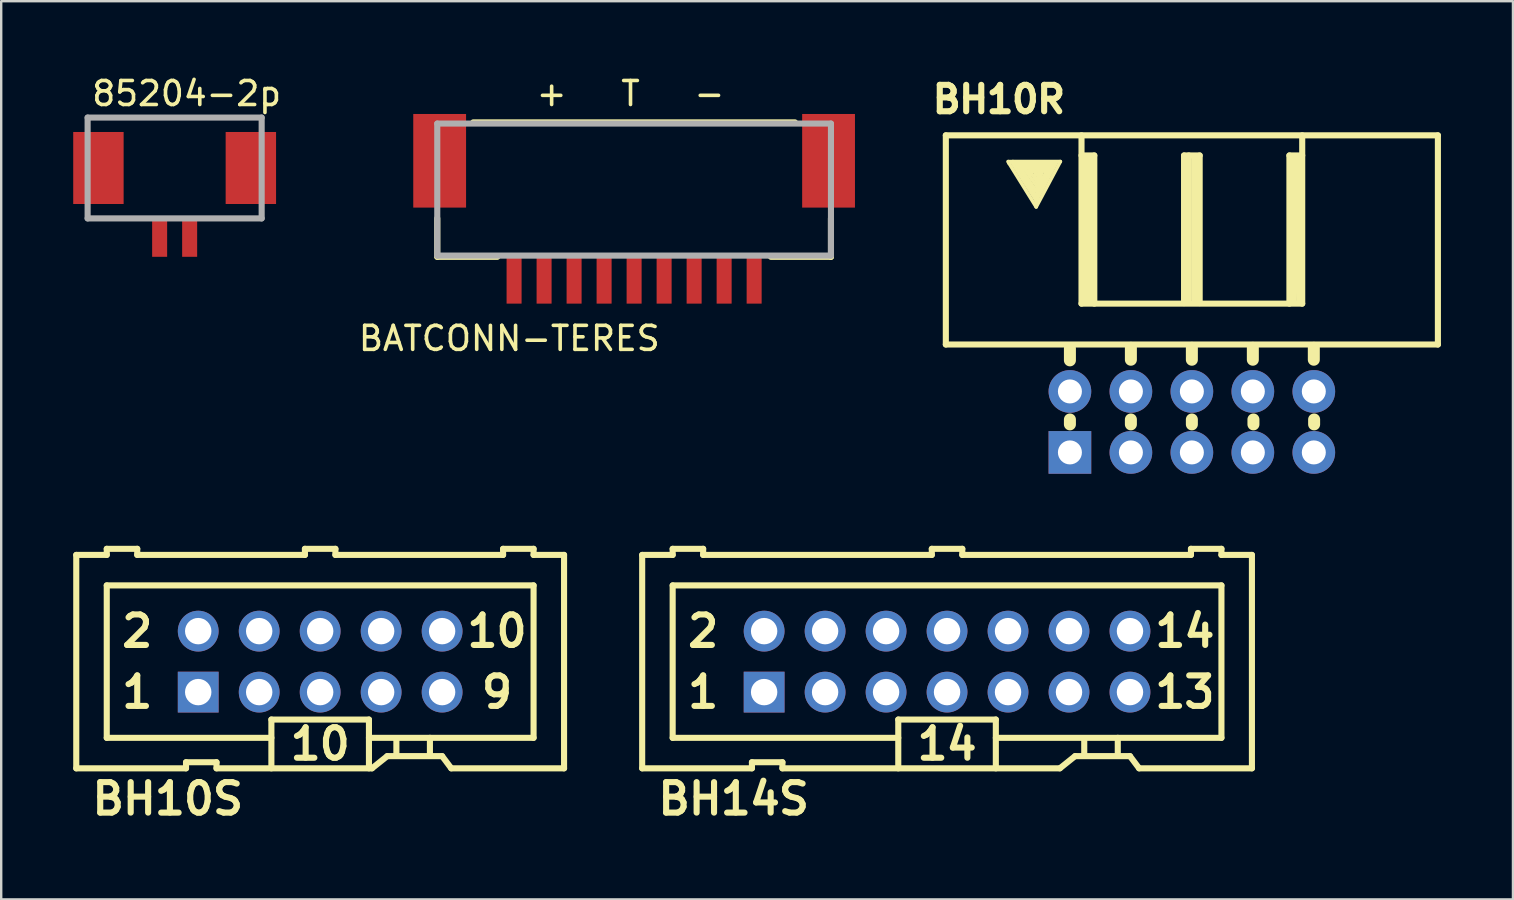
<source format=kicad_pcb>
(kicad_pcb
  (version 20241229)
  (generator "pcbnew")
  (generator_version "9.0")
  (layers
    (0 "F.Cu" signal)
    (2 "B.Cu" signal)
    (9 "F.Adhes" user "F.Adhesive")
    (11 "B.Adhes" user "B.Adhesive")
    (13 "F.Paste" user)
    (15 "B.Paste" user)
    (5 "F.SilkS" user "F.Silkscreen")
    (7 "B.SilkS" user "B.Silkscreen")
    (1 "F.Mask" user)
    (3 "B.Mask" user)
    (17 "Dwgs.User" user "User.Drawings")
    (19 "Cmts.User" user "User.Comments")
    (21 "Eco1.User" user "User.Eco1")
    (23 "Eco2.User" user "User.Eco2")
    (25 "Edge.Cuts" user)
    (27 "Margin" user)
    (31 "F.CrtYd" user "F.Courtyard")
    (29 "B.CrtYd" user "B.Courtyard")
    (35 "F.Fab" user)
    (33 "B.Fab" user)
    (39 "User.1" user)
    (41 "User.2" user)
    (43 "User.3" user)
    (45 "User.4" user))
  (footprint "85204-2p"
    (layer "F.Cu")
    (at 4.225 3.848)
    (property "Reference" "85204-2p" (at 0.5 -3 0) (layer "F.SilkS") (effects (font (size 1 1) (thickness 0.15))))
    (attr through_hole)
    (fp_line (start -3.625 -2) (end 3.625 -2) (stroke (width 0.254) (type solid)) (layer "F.Fab"))
    (fp_line (start -3.625 2.2) (end -3.625 -2) (stroke (width 0.254) (type solid)) (layer "F.Fab"))
    (fp_line (start 3.625 -2) (end 3.625 2.2) (stroke (width 0.254) (type solid)) (layer "F.Fab"))
    (fp_line (start 3.625 2.2) (end -3.625 2.2) (stroke (width 0.254) (type solid)) (layer "F.Fab"))
    (pad "0" smd rect (at -3.175 0.1 180) (size 2.1 3) (layers "F.Cu" "F.Mask" "F.Paste"))
    (pad "0" smd rect (at 3.175 0.1 180) (size 2.1 3) (layers "F.Cu" "F.Mask" "F.Paste"))
    (pad "1" smd rect (at -0.625 3 180) (size 0.625 1.6) (layers "F.Cu" "F.Mask" "F.Paste"))
    (pad "2" smd rect (at 0.625 3 180) (size 0.625 1.6) (layers "F.Cu" "F.Mask" "F.Paste")))
  (footprint "BATCONN-TERES"
    (layer "F.Cu")
    (at 23.365 4.848)
    (property "Reference" "BATCONN-TERES" (at -5.2 6.2 0) (layer "F.SilkS") (effects (font (size 1 1) (thickness 0.15))))
    (attr through_hole)
    (fp_line (start -8.2 1.2) (end -8.2 2.8) (stroke (width 0.254) (type solid)) (layer "F.SilkS"))
    (fp_line (start -8.2 2.8) (end -5.7 2.8) (stroke (width 0.254) (type solid)) (layer "F.SilkS"))
    (fp_line (start 6.7 -2.8) (end -6.7 -2.8) (stroke (width 0.254) (type solid)) (layer "F.SilkS"))
    (fp_line (start 8.2 1.2) (end 8.2 2.8) (stroke (width 0.254) (type solid)) (layer "F.SilkS"))
    (fp_line (start 8.2 2.8) (end 5.7 2.8) (stroke (width 0.254) (type solid)) (layer "F.SilkS"))
    (fp_line (start -8.2 -2.75) (end -8.2 2.75) (stroke (width 0.254) (type solid)) (layer "F.Fab"))
    (fp_line (start -8.2 2.75) (end 8.2 2.75) (stroke (width 0.254) (type solid)) (layer "F.Fab"))
    (fp_line (start 8.2 -2.75) (end -8.2 -2.75) (stroke (width 0.254) (type solid)) (layer "F.Fab"))
    (fp_line (start 8.2 2.75) (end 8.2 -2.75) (stroke (width 0.254) (type solid)) (layer "F.Fab"))
    (fp_text user "+   T   -" (at -0.15 -4 0) (layer "F.SilkS") (effects (font (size 1 1) (thickness 0.15))))
    (pad "0" smd rect (at -8.1 -1.2 180) (size 2.2 3.9) (layers "F.Cu" "F.Mask" "F.Paste"))
    (pad "0" smd rect (at 8.1 -1.2 180) (size 2.2 3.9) (layers "F.Cu" "F.Mask" "F.Paste"))
    (pad "1" smd rect (at -5 3.75 180) (size 0.625 2) (layers "F.Cu" "F.Mask" "F.Paste"))
    (pad "2" smd rect (at -3.75 3.75 180) (size 0.625 2) (layers "F.Cu" "F.Mask" "F.Paste"))
    (pad "3" smd rect (at -2.5 3.75 180) (size 0.625 2) (layers "F.Cu" "F.Mask" "F.Paste"))
    (pad "4" smd rect (at -1.25 3.75 180) (size 0.625 2) (layers "F.Cu" "F.Mask" "F.Paste"))
    (pad "5" smd rect (at 0 3.75 180) (size 0.625 2) (layers "F.Cu" "F.Mask" "F.Paste"))
    (pad "6" smd rect (at 1.25 3.75 180) (size 0.625 2) (layers "F.Cu" "F.Mask" "F.Paste"))
    (pad "7" smd rect (at 2.5 3.75 180) (size 0.625 2) (layers "F.Cu" "F.Mask" "F.Paste"))
    (pad "8" smd rect (at 3.75 3.75 180) (size 0.625 2) (layers "F.Cu" "F.Mask" "F.Paste"))
    (pad "9" smd rect (at 5 3.75 180) (size 0.625 2) (layers "F.Cu" "F.Mask" "F.Paste")))
  (footprint "BH14S"
    (layer "F.Cu")
    (at 36.401 24.511)
    (property "Reference" "BH14S" (at -8.89 5.715 0) (layer "F.SilkS") (effects (font (size 1.27 1.27) (thickness 0.254))))
    (attr smd)
    (fp_line (start -12.7 -4.445) (end -12.7 4.445) (stroke (width 0.254) (type solid)) (layer "F.SilkS"))
    (fp_line (start -12.7 -4.445) (end -11.43 -4.445) (stroke (width 0.254) (type solid)) (layer "F.SilkS"))
    (fp_line (start -12.7 4.445) (end -8.128 4.445) (stroke (width 0.254) (type solid)) (layer "F.SilkS"))
    (fp_line (start -11.43 -4.699) (end -11.43 -4.445) (stroke (width 0.254) (type solid)) (layer "F.SilkS"))
    (fp_line (start -11.43 -3.175) (end -11.43 3.175) (stroke (width 0.254) (type solid)) (layer "F.SilkS"))
    (fp_line (start -11.43 -3.175) (end 11.43 -3.175) (stroke (width 0.254) (type solid)) (layer "F.SilkS"))
    (fp_line (start -10.16 -4.699) (end -11.43 -4.699) (stroke (width 0.254) (type solid)) (layer "F.SilkS"))
    (fp_line (start -10.16 -4.699) (end -10.16 -4.445) (stroke (width 0.254) (type solid)) (layer "F.SilkS"))
    (fp_line (start -8.128 4.191) (end -8.128 4.445) (stroke (width 0.254) (type solid)) (layer "F.SilkS"))
    (fp_line (start -8.128 4.191) (end -6.858 4.191) (stroke (width 0.254) (type solid)) (layer "F.SilkS"))
    (fp_line (start -6.858 4.191) (end -6.858 4.445) (stroke (width 0.254) (type solid)) (layer "F.SilkS"))
    (fp_line (start -6.858 4.445) (end 4.699 4.445) (stroke (width 0.254) (type solid)) (layer "F.SilkS"))
    (fp_line (start -2.032 2.413) (end 2.032 2.413) (stroke (width 0.254) (type solid)) (layer "F.SilkS"))
    (fp_line (start -2.032 3.175) (end -11.43 3.175) (stroke (width 0.254) (type solid)) (layer "F.SilkS"))
    (fp_line (start -2.032 4.445) (end -2.032 2.413) (stroke (width 0.254) (type solid)) (layer "F.SilkS"))
    (fp_line (start -0.635 -4.699) (end -0.635 -4.445) (stroke (width 0.254) (type solid)) (layer "F.SilkS"))
    (fp_line (start -0.635 -4.445) (end -10.16 -4.445) (stroke (width 0.254) (type solid)) (layer "F.SilkS"))
    (fp_line (start 0.635 -4.699) (end -0.635 -4.699) (stroke (width 0.254) (type solid)) (layer "F.SilkS"))
    (fp_line (start 0.635 -4.699) (end 0.635 -4.445) (stroke (width 0.254) (type solid)) (layer "F.SilkS"))
    (fp_line (start 2.032 2.413) (end 2.032 4.445) (stroke (width 0.254) (type solid)) (layer "F.SilkS"))
    (fp_line (start 2.032 3.175) (end 11.43 3.175) (stroke (width 0.254) (type solid)) (layer "F.SilkS"))
    (fp_line (start 4.699 4.445) (end 5.334 3.937) (stroke (width 0.254) (type solid)) (layer "F.SilkS"))
    (fp_line (start 5.334 3.937) (end 7.62 3.937) (stroke (width 0.254) (type solid)) (layer "F.SilkS"))
    (fp_line (start 5.715 3.188) (end 5.715 3.835) (stroke (width 0.254) (type solid)) (layer "F.SilkS"))
    (fp_line (start 7.112 3.175) (end 7.112 3.835) (stroke (width 0.254) (type solid)) (layer "F.SilkS"))
    (fp_line (start 7.62 3.937) (end 8.001 4.445) (stroke (width 0.254) (type solid)) (layer "F.SilkS"))
    (fp_line (start 8.001 4.445) (end 12.7 4.445) (stroke (width 0.254) (type solid)) (layer "F.SilkS"))
    (fp_line (start 10.16 -4.699) (end 10.16 -4.445) (stroke (width 0.254) (type solid)) (layer "F.SilkS"))
    (fp_line (start 10.16 -4.445) (end 0.635 -4.445) (stroke (width 0.254) (type solid)) (layer "F.SilkS"))
    (fp_line (start 11.43 -4.699) (end 10.16 -4.699) (stroke (width 0.254) (type solid)) (layer "F.SilkS"))
    (fp_line (start 11.43 -4.699) (end 11.43 -4.445) (stroke (width 0.254) (type solid)) (layer "F.SilkS"))
    (fp_line (start 11.43 -3.175) (end 11.43 3.175) (stroke (width 0.254) (type solid)) (layer "F.SilkS"))
    (fp_line (start 12.7 -4.445) (end 11.43 -4.445) (stroke (width 0.254) (type solid)) (layer "F.SilkS"))
    (fp_line (start 12.7 -4.445) (end 12.7 4.445) (stroke (width 0.254) (type solid)) (layer "F.SilkS"))
    (fp_text user "13" (at 9.906 1.27 0) (layer "F.SilkS") (effects (font (size 1.27 1.27) (thickness 0.254))))
    (fp_text user "14" (at 0 3.429 0) (layer "F.SilkS") (effects (font (size 1.27 1.27) (thickness 0.254))))
    (fp_text user "1" (at -10.16 1.27 0) (layer "F.SilkS") (effects (font (size 1.27 1.27) (thickness 0.254))))
    (fp_text user "2" (at -10.16 -1.27 0) (layer "F.SilkS") (effects (font (size 1.27 1.27) (thickness 0.254))))
    (fp_text user "14" (at 9.906 -1.27 0) (layer "F.SilkS") (effects (font (size 1.27 1.27) (thickness 0.254))))
    (pad "1" thru_hole rect (at -7.62 1.27) (size 1.7 1.7) (drill 1.1) (layers "*.Cu" "*.Mask"))
    (pad "2" thru_hole circle (at -7.62 -1.27) (size 1.7 1.7) (drill 1.1) (layers "*.Cu" "*.Mask"))
    (pad "3" thru_hole circle (at -5.08 1.27) (size 1.7 1.7) (drill 1.1) (layers "*.Cu" "*.Mask"))
    (pad "4" thru_hole circle (at -5.08 -1.27) (size 1.7 1.7) (drill 1.1) (layers "*.Cu" "*.Mask"))
    (pad "5" thru_hole circle (at -2.54 1.27) (size 1.7 1.7) (drill 1.1) (layers "*.Cu" "*.Mask"))
    (pad "6" thru_hole circle (at -2.54 -1.27) (size 1.7 1.7) (drill 1.1) (layers "*.Cu" "*.Mask"))
    (pad "7" thru_hole circle (at 0 1.27) (size 1.7 1.7) (drill 1.1) (layers "*.Cu" "*.Mask"))
    (pad "8" thru_hole circle (at 0 -1.27) (size 1.7 1.7) (drill 1.1) (layers "*.Cu" "*.Mask"))
    (pad "9" thru_hole circle (at 2.54 1.27) (size 1.7 1.7) (drill 1.1) (layers "*.Cu" "*.Mask"))
    (pad "10" thru_hole circle (at 2.54 -1.27) (size 1.7 1.7) (drill 1.1) (layers "*.Cu" "*.Mask"))
    (pad "11" thru_hole circle (at 5.08 1.27) (size 1.7 1.7) (drill 1.1) (layers "*.Cu" "*.Mask"))
    (pad "12" thru_hole circle (at 5.08 -1.27) (size 1.7 1.7) (drill 1.1) (layers "*.Cu" "*.Mask"))
    (pad "13" thru_hole circle (at 7.62 1.27) (size 1.7 1.7) (drill 1.1) (layers "*.Cu" "*.Mask"))
    (pad "14" thru_hole circle (at 7.62 -1.27) (size 1.7 1.7) (drill 1.1) (layers "*.Cu" "*.Mask")))
  (footprint "BH10S"
    (layer "F.Cu")
    (at 10.287 24.511)
    (property "Reference" "BH10S" (at -6.35 5.715 0) (layer "F.SilkS") (effects (font (size 1.27 1.27) (thickness 0.254))))
    (attr smd)
    (fp_line (start -10.16 -4.445) (end -10.16 4.445) (stroke (width 0.254) (type solid)) (layer "F.SilkS"))
    (fp_line (start -10.16 -4.445) (end -8.89 -4.445) (stroke (width 0.254) (type solid)) (layer "F.SilkS"))
    (fp_line (start -10.16 4.445) (end -5.588 4.445) (stroke (width 0.254) (type solid)) (layer "F.SilkS"))
    (fp_line (start -8.89 -4.699) (end -8.89 -4.445) (stroke (width 0.254) (type solid)) (layer "F.SilkS"))
    (fp_line (start -8.89 -3.175) (end -8.89 3.175) (stroke (width 0.254) (type solid)) (layer "F.SilkS"))
    (fp_line (start -8.89 -3.175) (end 8.89 -3.175) (stroke (width 0.254) (type solid)) (layer "F.SilkS"))
    (fp_line (start -7.62 -4.699) (end -8.89 -4.699) (stroke (width 0.254) (type solid)) (layer "F.SilkS"))
    (fp_line (start -7.62 -4.699) (end -7.62 -4.445) (stroke (width 0.254) (type solid)) (layer "F.SilkS"))
    (fp_line (start -5.588 4.191) (end -5.588 4.445) (stroke (width 0.254) (type solid)) (layer "F.SilkS"))
    (fp_line (start -5.588 4.191) (end -4.318 4.191) (stroke (width 0.254) (type solid)) (layer "F.SilkS"))
    (fp_line (start -4.318 4.191) (end -4.318 4.445) (stroke (width 0.254) (type solid)) (layer "F.SilkS"))
    (fp_line (start -4.318 4.445) (end 2.159 4.445) (stroke (width 0.254) (type solid)) (layer "F.SilkS"))
    (fp_line (start -2.032 2.413) (end 2.032 2.413) (stroke (width 0.254) (type solid)) (layer "F.SilkS"))
    (fp_line (start -2.032 3.175) (end -8.89 3.175) (stroke (width 0.254) (type solid)) (layer "F.SilkS"))
    (fp_line (start -2.032 4.445) (end -2.032 2.413) (stroke (width 0.254) (type solid)) (layer "F.SilkS"))
    (fp_line (start -0.635 -4.699) (end -0.635 -4.445) (stroke (width 0.254) (type solid)) (layer "F.SilkS"))
    (fp_line (start -0.635 -4.445) (end -7.62 -4.445) (stroke (width 0.254) (type solid)) (layer "F.SilkS"))
    (fp_line (start 0.635 -4.699) (end -0.635 -4.699) (stroke (width 0.254) (type solid)) (layer "F.SilkS"))
    (fp_line (start 0.635 -4.699) (end 0.635 -4.445) (stroke (width 0.254) (type solid)) (layer "F.SilkS"))
    (fp_line (start 2.032 2.413) (end 2.032 4.445) (stroke (width 0.254) (type solid)) (layer "F.SilkS"))
    (fp_line (start 2.032 3.175) (end 8.89 3.175) (stroke (width 0.254) (type solid)) (layer "F.SilkS"))
    (fp_line (start 2.159 4.445) (end 2.794 3.937) (stroke (width 0.254) (type solid)) (layer "F.SilkS"))
    (fp_line (start 2.794 3.937) (end 5.08 3.937) (stroke (width 0.254) (type solid)) (layer "F.SilkS"))
    (fp_line (start 3.175 3.188) (end 3.175 3.835) (stroke (width 0.254) (type solid)) (layer "F.SilkS"))
    (fp_line (start 4.572 3.175) (end 4.572 3.835) (stroke (width 0.254) (type solid)) (layer "F.SilkS"))
    (fp_line (start 5.08 3.937) (end 5.461 4.445) (stroke (width 0.254) (type solid)) (layer "F.SilkS"))
    (fp_line (start 5.461 4.445) (end 10.16 4.445) (stroke (width 0.254) (type solid)) (layer "F.SilkS"))
    (fp_line (start 7.62 -4.699) (end 7.62 -4.445) (stroke (width 0.254) (type solid)) (layer "F.SilkS"))
    (fp_line (start 7.62 -4.445) (end 0.635 -4.445) (stroke (width 0.254) (type solid)) (layer "F.SilkS"))
    (fp_line (start 8.89 -4.699) (end 7.62 -4.699) (stroke (width 0.254) (type solid)) (layer "F.SilkS"))
    (fp_line (start 8.89 -4.699) (end 8.89 -4.445) (stroke (width 0.254) (type solid)) (layer "F.SilkS"))
    (fp_line (start 8.89 -3.175) (end 8.89 3.175) (stroke (width 0.254) (type solid)) (layer "F.SilkS"))
    (fp_line (start 10.16 -4.445) (end 8.89 -4.445) (stroke (width 0.254) (type solid)) (layer "F.SilkS"))
    (fp_line (start 10.16 -4.445) (end 10.16 4.445) (stroke (width 0.254) (type solid)) (layer "F.SilkS"))
    (fp_text user "1" (at -7.62 1.27 0) (layer "F.SilkS") (effects (font (size 1.27 1.27) (thickness 0.254))))
    (fp_text user "10" (at 0 3.429 0) (layer "F.SilkS") (effects (font (size 1.27 1.27) (thickness 0.254))))
    (fp_text user "9" (at 7.366 1.27 0) (layer "F.SilkS") (effects (font (size 1.27 1.27) (thickness 0.254))))
    (fp_text user "2" (at -7.62 -1.27 0) (layer "F.SilkS") (effects (font (size 1.27 1.27) (thickness 0.254))))
    (fp_text user "10" (at 7.366 -1.27 0) (layer "F.SilkS") (effects (font (size 1.27 1.27) (thickness 0.254))))
    (pad "1" thru_hole rect (at -5.08 1.27) (size 1.7 1.7) (drill 1.1) (layers "*.Cu" "*.Mask"))
    (pad "2" thru_hole circle (at -5.08 -1.27) (size 1.7 1.7) (drill 1.1) (layers "*.Cu" "*.Mask"))
    (pad "3" thru_hole circle (at -2.54 1.27) (size 1.7 1.7) (drill 1.1) (layers "*.Cu" "*.Mask"))
    (pad "4" thru_hole circle (at -2.54 -1.27) (size 1.7 1.7) (drill 1.1) (layers "*.Cu" "*.Mask"))
    (pad "5" thru_hole circle (at 0 1.27) (size 1.7 1.7) (drill 1.1) (layers "*.Cu" "*.Mask"))
    (pad "6" thru_hole circle (at 0 -1.27) (size 1.7 1.7) (drill 1.1) (layers "*.Cu" "*.Mask"))
    (pad "7" thru_hole circle (at 2.54 1.27) (size 1.7 1.7) (drill 1.1) (layers "*.Cu" "*.Mask"))
    (pad "8" thru_hole circle (at 2.54 -1.27) (size 1.7 1.7) (drill 1.1) (layers "*.Cu" "*.Mask"))
    (pad "9" thru_hole circle (at 5.08 1.27) (size 1.7 1.7) (drill 1.1) (layers "*.Cu" "*.Mask"))
    (pad "10" thru_hole circle (at 5.08 -1.27) (size 1.7 1.7) (drill 1.1) (layers "*.Cu" "*.Mask")))
  (footprint "BH10R"
    (layer "F.Cu")
    (at 46.599 14.526)
    (property "Reference" "BH10R" (at -8.039 -13.437 0) (layer "F.SilkS") (effects (font (size 1.1 1.1) (thickness 0.254))))
    (attr smd)
    (fp_line (start -10.249 -11.938) (end 10.249 -11.938) (stroke (width 0.254) (type solid)) (layer "F.SilkS"))
    (fp_line (start -10.249 -3.226) (end -10.249 -11.938) (stroke (width 0.254) (type solid)) (layer "F.SilkS"))
    (fp_line (start -7.612 -10.77) (end -7.658 -10.846) (stroke (width 0.15) (type solid)) (layer "F.SilkS"))
    (fp_line (start -7.475 -10.846) (end -5.479 -10.846) (stroke (width 0.15) (type solid)) (layer "F.SilkS"))
    (fp_line (start -7.46 -10.762) (end -6.485 -9.215) (stroke (width 0.15) (type solid)) (layer "F.SilkS"))
    (fp_line (start -7.44 -10.841) (end -7.633 -10.846) (stroke (width 0.15) (type solid)) (layer "F.SilkS"))
    (fp_line (start -7.33 -10.77) (end -6.5 -9.428) (stroke (width 0.15) (type solid)) (layer "F.SilkS"))
    (fp_line (start -7.201 -10.671) (end -6.5 -9.642) (stroke (width 0.15) (type solid)) (layer "F.SilkS"))
    (fp_line (start -6.988 -10.564) (end -6.462 -9.817) (stroke (width 0.15) (type solid)) (layer "F.SilkS"))
    (fp_line (start -6.759 -10.472) (end -6.469 -10.03) (stroke (width 0.15) (type solid)) (layer "F.SilkS"))
    (fp_line (start -6.741 -10.351) (end -7.064 -10.615) (stroke (width 0.15) (type solid)) (layer "F.SilkS"))
    (fp_line (start -6.607 -10.434) (end -6.431 -10.328) (stroke (width 0.15) (type solid)) (layer "F.SilkS"))
    (fp_line (start -6.538 -10.259) (end -6.53 -10.251) (stroke (width 0.15) (type solid)) (layer "F.SilkS"))
    (fp_line (start -6.5 -9.642) (end -5.959 -10.617) (stroke (width 0.15) (type solid)) (layer "F.SilkS"))
    (fp_line (start -6.5 -9.428) (end -5.829 -10.686) (stroke (width 0.15) (type solid)) (layer "F.SilkS"))
    (fp_line (start -6.485 -9.215) (end -5.669 -10.762) (stroke (width 0.15) (type solid)) (layer "F.SilkS"))
    (fp_line (start -6.485 -8.956) (end -7.612 -10.77) (stroke (width 0.15) (type solid)) (layer "F.SilkS"))
    (fp_line (start -6.469 -10.03) (end -6.325 -10.48) (stroke (width 0.15) (type solid)) (layer "F.SilkS"))
    (fp_line (start -6.462 -9.817) (end -6.172 -10.556) (stroke (width 0.15) (type solid)) (layer "F.SilkS"))
    (fp_line (start -6.431 -10.328) (end -6.538 -10.259) (stroke (width 0.15) (type solid)) (layer "F.SilkS"))
    (fp_line (start -6.424 -9.406) (end -6.485 -9.108) (stroke (width 0.15) (type solid)) (layer "F.SilkS"))
    (fp_line (start -6.325 -10.48) (end -6.607 -10.434) (stroke (width 0.15) (type solid)) (layer "F.SilkS"))
    (fp_line (start -6.172 -10.556) (end -6.759 -10.472) (stroke (width 0.15) (type solid)) (layer "F.SilkS"))
    (fp_line (start -6.027 -10.668) (end -6.134 -10.472) (stroke (width 0.15) (type solid)) (layer "F.SilkS"))
    (fp_line (start -5.959 -10.617) (end -6.988 -10.564) (stroke (width 0.15) (type solid)) (layer "F.SilkS"))
    (fp_line (start -5.829 -10.686) (end -7.201 -10.671) (stroke (width 0.15) (type solid)) (layer "F.SilkS"))
    (fp_line (start -5.669 -10.762) (end -7.33 -10.77) (stroke (width 0.15) (type solid)) (layer "F.SilkS"))
    (fp_line (start -5.479 -10.846) (end -6.485 -8.956) (stroke (width 0.15) (type solid)) (layer "F.SilkS"))
    (fp_line (start -5.08 -3.061) (end -5.08 -2.565) (stroke (width 0.5) (type solid)) (layer "F.SilkS"))
    (fp_line (start -5.08 -0.102) (end -5.08 0.102) (stroke (width 0.5) (type solid)) (layer "F.SilkS"))
    (fp_line (start -4.597 -11.938) (end -4.597 -4.928) (stroke (width 0.254) (type solid)) (layer "F.SilkS"))
    (fp_line (start -4.597 -11.1) (end -4.064 -11.1) (stroke (width 0.254) (type solid)) (layer "F.SilkS"))
    (fp_line (start -4.597 -4.928) (end 4.597 -4.928) (stroke (width 0.254) (type solid)) (layer "F.SilkS"))
    (fp_line (start -4.394 -10.973) (end -4.369 -5.029) (stroke (width 0.254) (type solid)) (layer "F.SilkS"))
    (fp_line (start -4.242 -10.998) (end -4.242 -5.029) (stroke (width 0.254) (type solid)) (layer "F.SilkS"))
    (fp_line (start -4.064 -11.1) (end -4.064 -4.928) (stroke (width 0.254) (type solid)) (layer "F.SilkS"))
    (fp_line (start -2.54 -3.086) (end -2.54 -2.591) (stroke (width 0.5) (type solid)) (layer "F.SilkS"))
    (fp_line (start -2.54 -0.102) (end -2.54 0.102) (stroke (width 0.5) (type solid)) (layer "F.SilkS"))
    (fp_line (start -0.325 -11.1) (end 0.325 -11.1) (stroke (width 0.254) (type solid)) (layer "F.SilkS"))
    (fp_line (start -0.325 -4.95) (end -0.325 -11.1) (stroke (width 0.254) (type solid)) (layer "F.SilkS"))
    (fp_line (start -0.127 -11.1) (end -0.127 -5.055) (stroke (width 0.254) (type solid)) (layer "F.SilkS"))
    (fp_line (start 0 -3.086) (end 0 -2.591) (stroke (width 0.5) (type solid)) (layer "F.SilkS"))
    (fp_line (start 0 -0.102) (end 0 0.102) (stroke (width 0.5) (type solid)) (layer "F.SilkS"))
    (fp_line (start 0.102 -10.947) (end 0.102 -5.105) (stroke (width 0.254) (type solid)) (layer "F.SilkS"))
    (fp_line (start 0.325 -11.1) (end 0.325 -4.95) (stroke (width 0.254) (type solid)) (layer "F.SilkS"))
    (fp_line (start 2.54 -3.086) (end 2.54 -2.591) (stroke (width 0.5) (type solid)) (layer "F.SilkS"))
    (fp_line (start 2.565 -0.102) (end 2.565 0.102) (stroke (width 0.5) (type solid)) (layer "F.SilkS"))
    (fp_line (start 4.064 -11.1) (end 4.064 -4.928) (stroke (width 0.254) (type solid)) (layer "F.SilkS"))
    (fp_line (start 4.242 -11.024) (end 4.242 -5.055) (stroke (width 0.254) (type solid)) (layer "F.SilkS"))
    (fp_line (start 4.394 -11.024) (end 4.47 -5.004) (stroke (width 0.254) (type solid)) (layer "F.SilkS"))
    (fp_line (start 4.597 -11.1) (end 4.064 -11.1) (stroke (width 0.254) (type solid)) (layer "F.SilkS"))
    (fp_line (start 4.597 -4.928) (end 4.597 -11.938) (stroke (width 0.254) (type solid)) (layer "F.SilkS"))
    (fp_line (start 5.08 -3.086) (end 5.08 -2.591) (stroke (width 0.5) (type solid)) (layer "F.SilkS"))
    (fp_line (start 5.093 -0.102) (end 5.093 0.102) (stroke (width 0.5) (type solid)) (layer "F.SilkS"))
    (fp_line (start 10.249 -11.938) (end 10.249 -3.226) (stroke (width 0.254) (type solid)) (layer "F.SilkS"))
    (fp_line (start 10.249 -3.226) (end -10.249 -3.226) (stroke (width 0.254) (type solid)) (layer "F.SilkS"))
    (pad "1" thru_hole rect (at -5.08 1.27) (size 1.778 1.778) (drill 1) (layers "*.Cu" "*.Mask"))
    (pad "2" thru_hole circle (at -5.08 -1.27) (size 1.778 1.778) (drill 1) (layers "*.Cu" "*.Mask"))
    (pad "3" thru_hole circle (at -2.54 1.27) (size 1.778 1.778) (drill 1) (layers "*.Cu" "*.Mask"))
    (pad "4" thru_hole circle (at -2.54 -1.27) (size 1.778 1.778) (drill 1) (layers "*.Cu" "*.Mask"))
    (pad "5" thru_hole circle (at 0 1.27) (size 1.778 1.778) (drill 1) (layers "*.Cu" "*.Mask"))
    (pad "6" thru_hole circle (at 0 -1.27) (size 1.778 1.778) (drill 1) (layers "*.Cu" "*.Mask"))
    (pad "7" thru_hole circle (at 2.54 1.27) (size 1.778 1.778) (drill 1) (layers "*.Cu" "*.Mask"))
    (pad "8" thru_hole circle (at 2.54 -1.27) (size 1.778 1.778) (drill 1) (layers "*.Cu" "*.Mask"))
    (pad "9" thru_hole circle (at 5.08 1.27) (size 1.778 1.778) (drill 1) (layers "*.Cu" "*.Mask"))
    (pad "10" thru_hole circle (at 5.08 -1.27) (size 1.778 1.778) (drill 1) (layers "*.Cu" "*.Mask")))
  (gr_rect
    (start -3 -3)
    (end 59.975 34.415)
    (stroke (width 0.1) (type default))
    (fill no)
    (layer "Edge.Cuts")))
</source>
